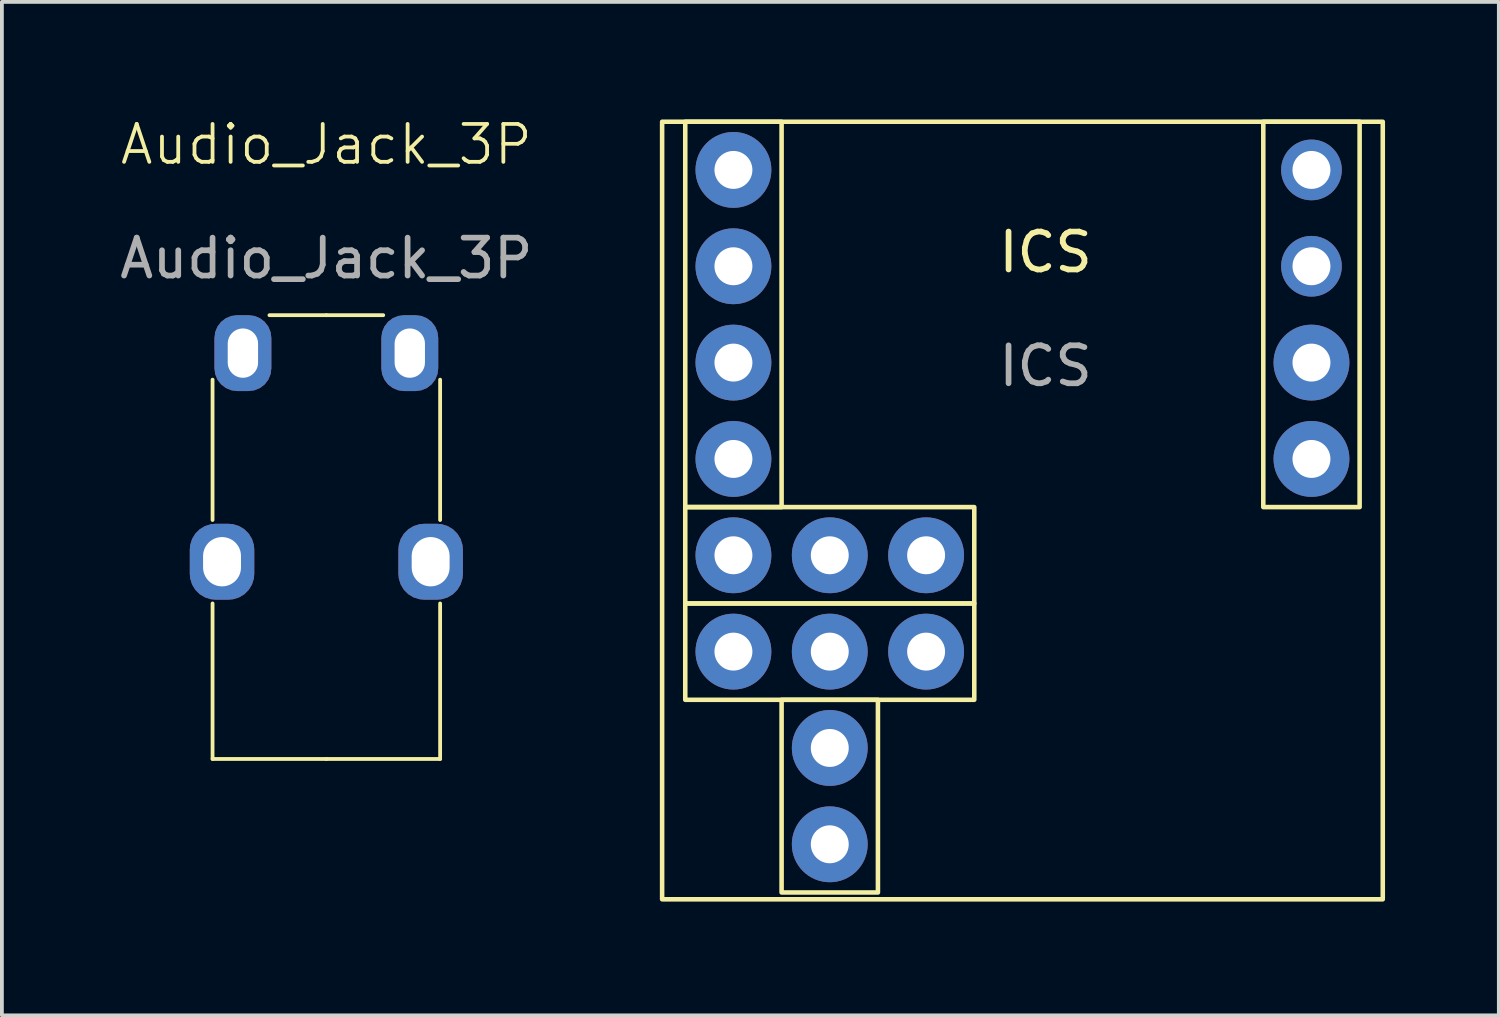
<source format=kicad_pcb>
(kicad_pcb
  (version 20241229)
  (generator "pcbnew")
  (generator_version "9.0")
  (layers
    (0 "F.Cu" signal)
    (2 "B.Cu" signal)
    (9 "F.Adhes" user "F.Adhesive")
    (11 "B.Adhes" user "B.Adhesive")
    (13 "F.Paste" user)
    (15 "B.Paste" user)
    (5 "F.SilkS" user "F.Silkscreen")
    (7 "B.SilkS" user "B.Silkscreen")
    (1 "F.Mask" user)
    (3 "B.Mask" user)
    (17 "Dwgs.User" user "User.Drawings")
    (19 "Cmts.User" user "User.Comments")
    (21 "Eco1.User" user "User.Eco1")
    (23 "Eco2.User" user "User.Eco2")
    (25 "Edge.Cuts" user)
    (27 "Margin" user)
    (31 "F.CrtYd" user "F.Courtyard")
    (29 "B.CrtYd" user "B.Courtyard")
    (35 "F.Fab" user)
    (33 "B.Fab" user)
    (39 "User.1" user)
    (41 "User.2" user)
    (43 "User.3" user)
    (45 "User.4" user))
  (footprint "Audio_Jack_3P"
    (layer "F.Cu")
    (at 5.554 1.26)
    (property "Reference" "Audio_Jack_3P" (at 0 -0.5 0) (unlocked yes) (layer "F.SilkS") (effects (font (size 1 1) (thickness 0.1))))
    (attr through_hole)
    (fp_line (start -3 5.7) (end -3 9.4) (stroke (width 0.1) (type default)) (layer "F.SilkS"))
    (fp_line (start -3 11.6) (end -3 15.7) (stroke (width 0.1) (type default)) (layer "F.SilkS"))
    (fp_line (start -3 15.7) (end 0 15.7) (stroke (width 0.1) (type default)) (layer "F.SilkS"))
    (fp_line (start 0 4) (end -1.5 4) (stroke (width 0.1) (type default)) (layer "F.SilkS"))
    (fp_line (start 0 4) (end 1.5 4) (stroke (width 0.1) (type default)) (layer "F.SilkS"))
    (fp_line (start 3 5.7) (end 3 9.4) (stroke (width 0.1) (type default)) (layer "F.SilkS"))
    (fp_line (start 3 11.6) (end 3 15.7) (stroke (width 0.1) (type default)) (layer "F.SilkS"))
    (fp_line (start 3 15.7) (end 0 15.7) (stroke (width 0.1) (type default)) (layer "F.SilkS"))
    (fp_text user "${REFERENCE}" (at 0 2.5 0) (unlocked yes) (layer "F.Fab") (effects (font (size 1 1) (thickness 0.15))))
    (pad "R" thru_hole roundrect (at -2.2 5) (size 1.5 2) (drill oval 0.8 1.3) (layers "*.Cu" "*.Mask") (roundrect_rratio 0.4))
    (pad "S" thru_hole roundrect (at 2.2 5) (size 1.5 2) (drill oval 0.8 1.3) (layers "*.Cu" "*.Mask") (roundrect_rratio 0.4))
    (pad "T" thru_hole roundrect (at -2.75 10.5) (size 1.7 2) (drill oval 1 1.3) (layers "*.Cu" "*.Mask") (roundrect_rratio 0.4))
    (pad "T" thru_hole roundrect (at 2.75 10.5) (size 1.7 2) (drill oval 1 1.3) (layers "*.Cu" "*.Mask") (roundrect_rratio 0.4)))
  (footprint "ICS"
    (layer "F.Cu")
    (at 14.357 0.25)
    (property "Reference" "ICS" (at 10.16 3.35 0) (unlocked yes) (layer "F.SilkS") (effects (font (size 1 1) (thickness 0.15))))
    (attr through_hole)
    (fp_rect (start 0.05 -0.09) (end 19.05 20.41) (stroke (width 0.12) (type solid)) (fill no) (layer "F.SilkS"))
    (fp_rect (start 0.66 -0.09) (end 3.2 10.07) (stroke (width 0.12) (type solid)) (fill no) (layer "F.SilkS"))
    (fp_rect (start 0.66 12.61) (end 8.28 10.07) (stroke (width 0.12) (type solid)) (fill no) (layer "F.SilkS"))
    (fp_rect (start 0.66 15.15) (end 8.28 12.61) (stroke (width 0.12) (type solid)) (fill no) (layer "F.SilkS"))
    (fp_rect (start 5.74 20.23) (end 3.2 15.15) (stroke (width 0.12) (type solid)) (fill no) (layer "F.SilkS"))
    (fp_rect (start 15.9 -0.09) (end 18.44 10.07) (stroke (width 0.12) (type solid)) (fill no) (layer "F.SilkS"))
    (fp_text user "${REFERENCE}" (at 10.16 6.35 0) (unlocked yes) (layer "F.Fab") (effects (font (size 1 1) (thickness 0.15))))
    (pad "1" thru_hole circle (at 1.93 1.18) (size 2 2) (drill 1) (layers "*.Cu" "*.Mask"))
    (pad "2" thru_hole circle (at 1.93 3.72) (size 2 2) (drill 1) (layers "*.Cu" "*.Mask"))
    (pad "3" thru_hole circle (at 1.93 6.26) (size 2 2) (drill 1) (layers "*.Cu" "*.Mask"))
    (pad "4" thru_hole circle (at 1.93 8.8) (size 2 2) (drill 1) (layers "*.Cu" "*.Mask"))
    (pad "5" thru_hole circle (at 17.17 8.8) (size 2 2) (drill 1) (layers "*.Cu" "*.Mask"))
    (pad "6" thru_hole circle (at 17.17 6.26) (size 2 2) (drill 1) (layers "*.Cu" "*.Mask"))
    (pad "7" thru_hole circle (at 17.17 3.72) (size 1.6 1.6) (drill 1) (layers "*.Cu" "*.Mask"))
    (pad "8" thru_hole circle (at 17.17 1.18) (size 1.6 1.6) (drill 1) (layers "*.Cu" "*.Mask"))
    (pad "9" thru_hole circle (at 1.93 11.34) (size 2 2) (drill 1) (layers "*.Cu" "*.Mask"))
    (pad "10" thru_hole circle (at 4.47 11.34) (size 2 2) (drill 1) (layers "*.Cu" "*.Mask"))
    (pad "11" thru_hole circle (at 7.01 11.34) (size 2 2) (drill 1) (layers "*.Cu" "*.Mask"))
    (pad "12" thru_hole circle (at 1.93 13.88) (size 2 2) (drill 1) (layers "*.Cu" "*.Mask"))
    (pad "13" thru_hole circle (at 4.47 13.88) (size 2 2) (drill 1) (layers "*.Cu" "*.Mask"))
    (pad "14" thru_hole circle (at 7.01 13.88) (size 2 2) (drill 1) (layers "*.Cu" "*.Mask"))
    (pad "15" thru_hole circle (at 4.47 16.42) (size 2 2) (drill 1) (layers "*.Cu" "*.Mask"))
    (pad "16" thru_hole circle (at 4.47 18.96) (size 2 2) (drill 1) (layers "*.Cu" "*.Mask")))
  (gr_rect
    (start -3 -3)
    (end 36.467 23.72)
    (stroke (width 0.1) (type default))
    (fill no)
    (layer "Edge.Cuts")))
</source>
